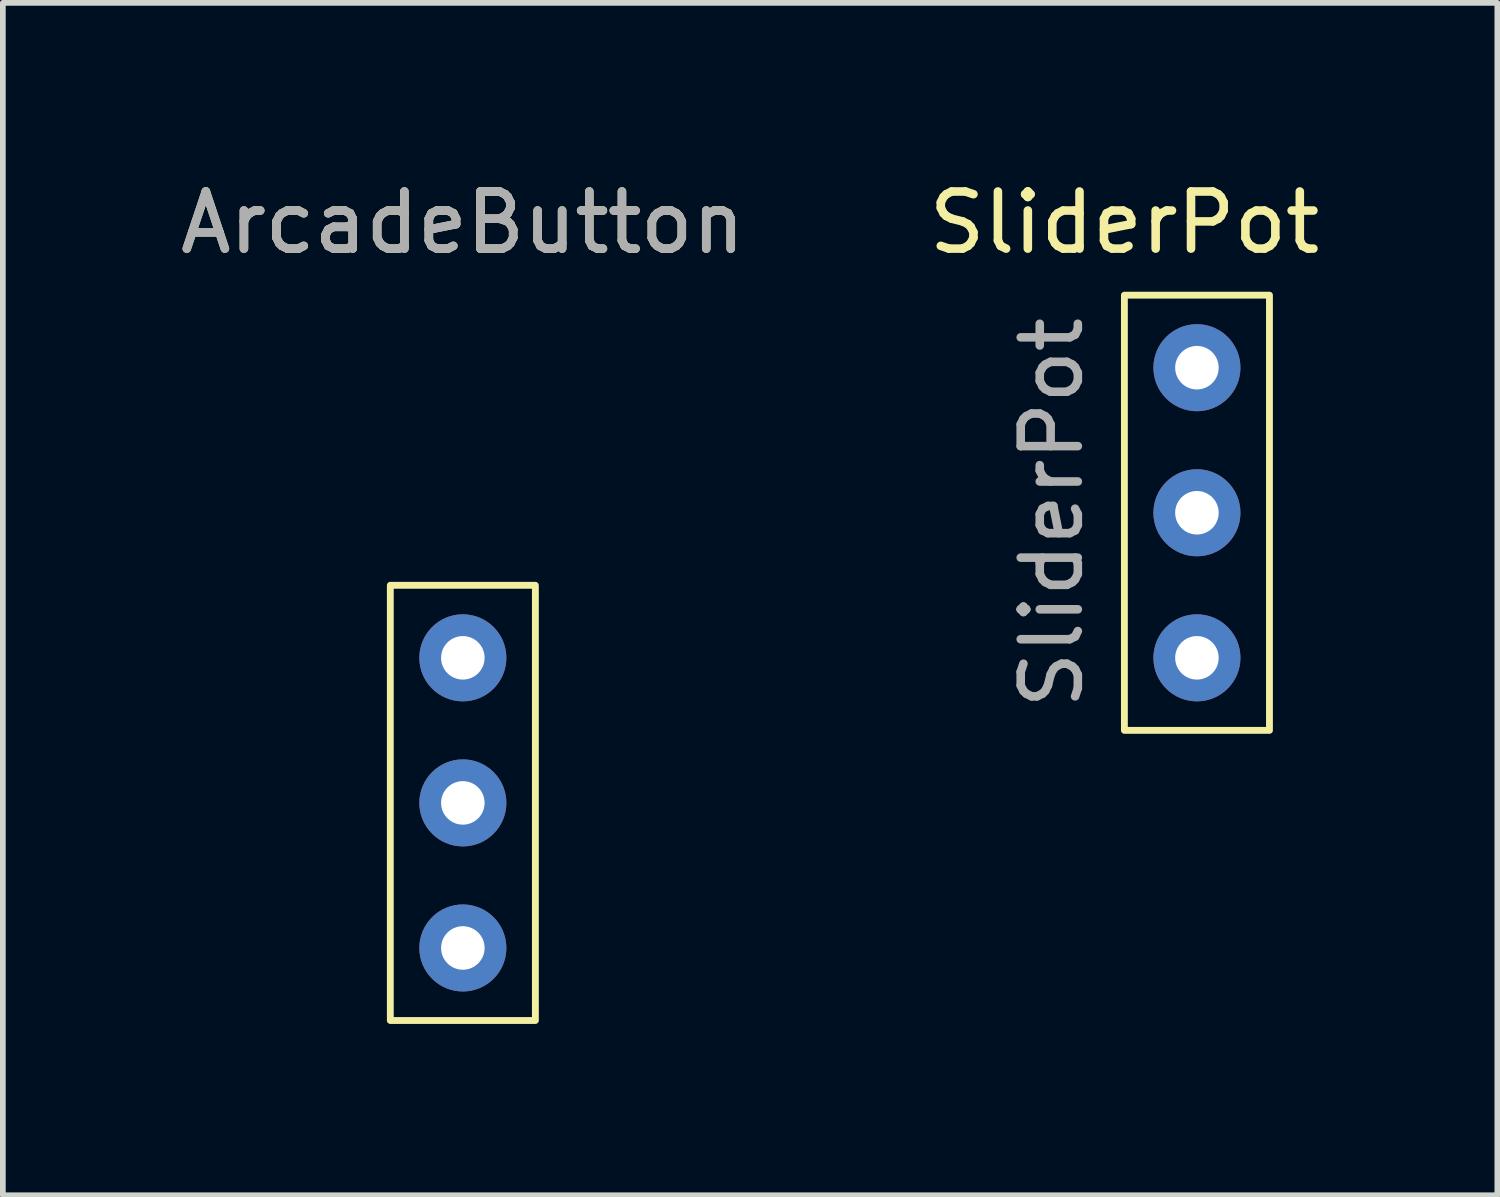
<source format=kicad_pcb>
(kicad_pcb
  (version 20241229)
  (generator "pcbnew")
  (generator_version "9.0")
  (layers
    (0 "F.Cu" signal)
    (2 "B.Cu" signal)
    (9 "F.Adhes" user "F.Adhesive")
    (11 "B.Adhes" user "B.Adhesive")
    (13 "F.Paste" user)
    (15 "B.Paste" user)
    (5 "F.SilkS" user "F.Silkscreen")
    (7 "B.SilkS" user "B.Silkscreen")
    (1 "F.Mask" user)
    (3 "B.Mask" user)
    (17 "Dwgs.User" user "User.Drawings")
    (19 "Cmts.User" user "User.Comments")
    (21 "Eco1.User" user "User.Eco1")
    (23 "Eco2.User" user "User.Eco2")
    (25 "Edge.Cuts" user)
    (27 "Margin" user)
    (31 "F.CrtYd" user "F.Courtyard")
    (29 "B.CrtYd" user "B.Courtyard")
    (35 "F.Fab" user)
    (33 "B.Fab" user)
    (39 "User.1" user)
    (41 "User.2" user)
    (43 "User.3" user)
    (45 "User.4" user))
  (footprint "SliderPot"
    (layer "F.Cu")
    (at 17.907 3.388)
    (property "Reference" "SliderPot" (at -1.27 -2.54 0) (unlocked yes) (layer "F.SilkS") (effects (font (size 1 1) (thickness 0.15))))
    (attr through_hole)
    (fp_rect (start -1.27 -1.27) (end 1.27 6.35) (stroke (width 0.12) (type solid)) (fill no) (layer "F.SilkS"))
    (fp_text user "${REFERENCE}" (at -2.54 2.54 90) (unlocked yes) (layer "F.Fab") (effects (font (size 1 1) (thickness 0.15))))
    (pad "1" thru_hole circle (at 0 0) (size 1.524 1.524) (drill 0.762) (layers "*.Cu" "*.Mask"))
    (pad "2" thru_hole circle (at 0 2.54) (size 1.524 1.524) (drill 0.762) (layers "*.Cu" "*.Mask"))
    (pad "3" thru_hole circle (at 0 5.08) (size 1.524 1.524) (drill 0.762) (layers "*.Cu" "*.Mask")))
  (footprint "ArcadeButton"
    (layer "F.Cu")
    (at 5.054 8.468)
    (property "Reference" "ArcadeButton" (at 0 -7.62 0) (unlocked yes) (layer "F.SilkS") (effects (font (size 1 1) (thickness 0.15))))
    (attr through_hole)
    (fp_rect (start -1.27 -1.27) (end 1.27 6.35) (stroke (width 0.12) (type solid)) (fill no) (layer "F.SilkS"))
    (fp_text user "${REFERENCE}" (at 0 -7.62 0) (unlocked yes) (layer "F.Fab") (effects (font (size 1 1) (thickness 0.15))))
    (pad "1" thru_hole circle (at 0 0) (size 1.524 1.524) (drill 0.762) (layers "*.Cu" "*.Mask"))
    (pad "2" thru_hole circle (at 0 2.54) (size 1.524 1.524) (drill 0.762) (layers "*.Cu" "*.Mask"))
    (pad "3" thru_hole circle (at 0 5.08) (size 1.524 1.524) (drill 0.762) (layers "*.Cu" "*.Mask")))
  (gr_rect
    (start -3 -3)
    (end 23.167 17.878)
    (stroke (width 0.1) (type default))
    (fill no)
    (layer "Edge.Cuts")))
</source>
